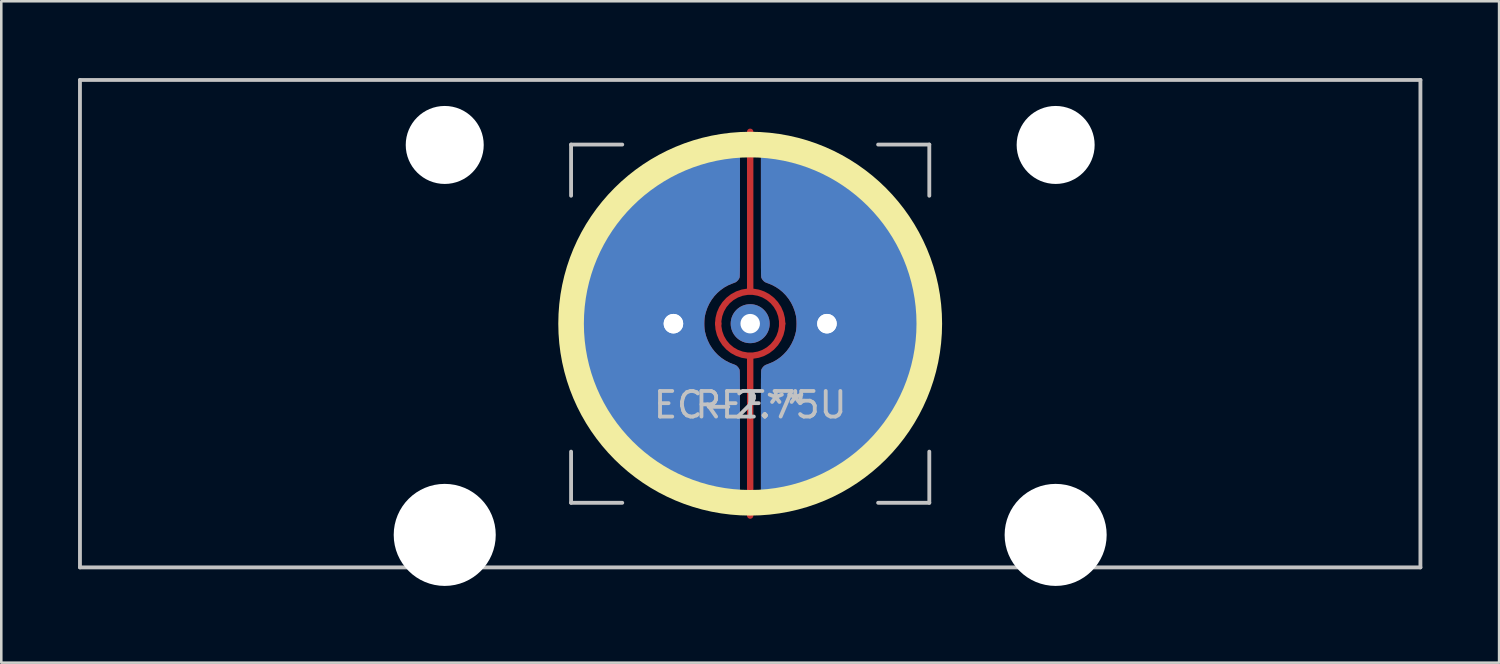
<source format=kicad_pcb>
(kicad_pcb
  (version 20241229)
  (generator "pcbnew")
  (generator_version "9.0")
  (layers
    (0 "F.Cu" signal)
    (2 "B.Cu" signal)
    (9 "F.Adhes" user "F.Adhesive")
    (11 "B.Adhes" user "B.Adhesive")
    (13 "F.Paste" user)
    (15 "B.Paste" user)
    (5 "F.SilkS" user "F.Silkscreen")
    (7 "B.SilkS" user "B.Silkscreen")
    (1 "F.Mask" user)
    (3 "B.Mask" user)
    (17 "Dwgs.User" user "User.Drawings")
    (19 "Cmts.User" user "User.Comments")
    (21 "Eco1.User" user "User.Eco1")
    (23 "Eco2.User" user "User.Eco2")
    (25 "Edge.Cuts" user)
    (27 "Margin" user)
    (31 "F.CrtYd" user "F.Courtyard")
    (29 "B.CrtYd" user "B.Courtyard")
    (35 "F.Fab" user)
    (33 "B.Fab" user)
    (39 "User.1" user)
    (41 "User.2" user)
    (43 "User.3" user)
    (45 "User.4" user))
  (footprint "EC-2.75U"
    (layer "F.Cu")
    (at 26.269 9.6)
    (property "Reference" "EC-2.75U" (at 0 3.175 0) (layer "Dwgs.User") (effects (font (size 1 1) (thickness 0.15))))
    (attr through_hole)
    (fp_circle (center 0 0) (end 7 0) (stroke (width 1) (type solid)) (fill no) (layer "F.SilkS"))
    (fp_line (start -26.194 -9.525) (end 26.194 -9.525) (stroke (width 0.15) (type solid)) (layer "Dwgs.User"))
    (fp_line (start -26.194 9.525) (end -26.194 -9.525) (stroke (width 0.15) (type solid)) (layer "Dwgs.User"))
    (fp_line (start -26.194 9.525) (end 26.194 9.525) (stroke (width 0.15) (type solid)) (layer "Dwgs.User"))
    (fp_line (start -7 -7) (end -7 -5) (stroke (width 0.15) (type solid)) (layer "Dwgs.User"))
    (fp_line (start -7 5) (end -7 7) (stroke (width 0.15) (type solid)) (layer "Dwgs.User"))
    (fp_line (start -7 7) (end -5 7) (stroke (width 0.15) (type solid)) (layer "Dwgs.User"))
    (fp_line (start -5 -7) (end -7 -7) (stroke (width 0.15) (type solid)) (layer "Dwgs.User"))
    (fp_line (start 5 -7) (end 7 -7) (stroke (width 0.15) (type solid)) (layer "Dwgs.User"))
    (fp_line (start 5 7) (end 7 7) (stroke (width 0.15) (type solid)) (layer "Dwgs.User"))
    (fp_line (start 7 -7) (end 7 -5) (stroke (width 0.15) (type solid)) (layer "Dwgs.User"))
    (fp_line (start 7 7) (end 7 5) (stroke (width 0.15) (type solid)) (layer "Dwgs.User"))
    (fp_line (start 26.194 -9.525) (end 26.194 9.525) (stroke (width 0.15) (type solid)) (layer "Dwgs.User"))
    (fp_text user "REF**" (at 0 3.175 0) (layer "Dwgs.User") (effects (font (size 1 1) (thickness 0.15))))
    (pad "" np_thru_hole circle (at -11.938 -6.985) (size 3.048 3.048) (drill 3.048) (layers "*.Cu" "*.Mask"))
    (pad "" np_thru_hole circle (at -11.938 8.255) (size 3.988 3.988) (drill 3.988) (layers "*.Cu" "*.Mask"))
    (pad "" thru_hole circle (at 0 0) (size 1.524 1.524) (drill 0.762) (layers "*.Cu" "B.Mask"))
    (pad "" np_thru_hole circle (at 11.938 -6.985) (size 3.048 3.048) (drill 3.048) (layers "*.Cu" "*.Mask"))
    (pad "" np_thru_hole circle (at 11.938 8.255) (size 3.988 3.988) (drill 3.988) (layers "*.Cu" "*.Mask"))
    (pad "1" thru_hole circle (at 3 0) (size 1.524 1.524) (drill 0.762) (layers "*.Cu" "B.Mask"))
    (pad "1" thru_hole custom (at 3 0) (size 1.524 1.524) (drill 0.762) (layers "F.Cu") (options (anchor circle)) (primitives (gr_poly (pts (xy -2.241 -7.099) (xy -2.176 -7.096) (xy -2.094 -7.089) (xy -2 -7.079) (xy -1.895 -7.065) (xy -1.782 -7.048) (xy -1.666 -7.029) (xy -1.548 -7.008) (xy -1.432 -6.986) (xy -1.322 -6.963) (xy -1.28 -6.954) (xy -0.92 -6.863) (xy -0.564 -6.752) (xy -0.215 -6.623) (xy 0.128 -6.476) (xy 0.463 -6.311) (xy 0.789 -6.128) (xy 1.105 -5.929) (xy 1.411 -5.714) (xy 1.672 -5.51) (xy 1.875 -5.335) (xy 2.079 -5.146) (xy 2.279 -4.947) (xy 2.47 -4.741) (xy 2.649 -4.534) (xy 2.719 -4.449) (xy 2.944 -4.151) (xy 3.153 -3.842) (xy 3.345 -3.522) (xy 3.521 -3.193) (xy 3.679 -2.855) (xy 3.82 -2.51) (xy 3.942 -2.157) (xy 4.046 -1.8) (xy 4.13 -1.437) (xy 4.148 -1.346) (xy 4.21 -0.973) (xy 4.251 -0.599) (xy 4.273 -0.225) (xy 4.275 0.149) (xy 4.257 0.523) (xy 4.22 0.895) (xy 4.163 1.264) (xy 4.087 1.631) (xy 3.992 1.993) (xy 3.877 2.351) (xy 3.758 2.668) (xy 3.608 3.015) (xy 3.44 3.352) (xy 3.254 3.679) (xy 3.051 3.997) (xy 2.83 4.305) (xy 2.593 4.602) (xy 2.514 4.694) (xy 2.461 4.753) (xy 2.397 4.822) (xy 2.324 4.899) (xy 2.246 4.979) (xy 2.166 5.059) (xy 2.087 5.137) (xy 2.013 5.209) (xy 1.946 5.272) (xy 1.917 5.298) (xy 1.631 5.543) (xy 1.334 5.771) (xy 1.026 5.982) (xy 0.707 6.177) (xy 0.379 6.354) (xy 0.042 6.515) (xy -0.302 6.657) (xy -0.654 6.781) (xy -1.013 6.887) (xy -1.377 6.975) (xy -1.747 7.043) (xy -1.971 7.074) (xy -2.07 7.086) (xy -2.151 7.094) (xy -2.216 7.099) (xy -2.267 7.101) (xy -2.305 7.099) (xy -2.329 7.095) (xy -2.403 7.067) (xy -2.468 7.021) (xy -2.522 6.962) (xy -2.555 6.907) (xy -2.581 6.85) (xy -2.581 4.348) (xy -2.581 4.084) (xy -2.581 3.838) (xy -2.581 3.612) (xy -2.581 3.403) (xy -2.581 3.211) (xy -2.581 3.035) (xy -2.581 2.875) (xy -2.58 2.729) (xy -2.58 2.598) (xy -2.58 2.48) (xy -2.58 2.375) (xy -2.579 2.281) (xy -2.579 2.199) (xy -2.578 2.126) (xy -2.577 2.064) (xy -2.577 2.01) (xy -2.576 1.964) (xy -2.575 1.926) (xy -2.574 1.894) (xy -2.573 1.869) (xy -2.571 1.848) (xy -2.57 1.832) (xy -2.569 1.819) (xy -2.567 1.809) (xy -2.565 1.801) (xy -2.563 1.795) (xy -2.563 1.794) (xy -2.54 1.747) (xy -2.504 1.698) (xy -2.463 1.655) (xy -2.42 1.624) (xy -2.414 1.62) (xy -2.386 1.608) (xy -2.347 1.592) (xy -2.303 1.575) (xy -2.288 1.57) (xy -2.124 1.502) (xy -1.971 1.417) (xy -1.827 1.316) (xy -1.696 1.2) (xy -1.577 1.072) (xy -1.471 0.931) (xy -1.381 0.779) (xy -1.305 0.617) (xy -1.247 0.446) (xy -1.213 0.31) (xy -1.2 0.221) (xy -1.192 0.119) (xy -1.189 0.011) (xy -1.191 -0.098) (xy -1.198 -0.202) (xy -1.21 -0.293) (xy -1.213 -0.31) (xy -1.259 -0.486) (xy -1.321 -0.655) (xy -1.4 -0.815) (xy -1.494 -0.964) (xy -1.603 -1.102) (xy -1.725 -1.228) (xy -1.859 -1.34) (xy -2.005 -1.437) (xy -2.161 -1.519) (xy -2.288 -1.57) (xy -2.332 -1.586) (xy -2.374 -1.603) (xy -2.407 -1.617) (xy -2.414 -1.62) (xy -2.456 -1.649) (xy -2.498 -1.691) (xy -2.535 -1.739) (xy -2.56 -1.787) (xy -2.563 -1.794) (xy -2.565 -1.8) (xy -2.567 -1.808) (xy -2.568 -1.817) (xy -2.57 -1.829) (xy -2.571 -1.845) (xy -2.572 -1.865) (xy -2.574 -1.89) (xy -2.575 -1.921) (xy -2.576 -1.958) (xy -2.577 -2.002) (xy -2.577 -2.054) (xy -2.578 -2.116) (xy -2.579 -2.186) (xy -2.579 -2.267) (xy -2.579 -2.359) (xy -2.58 -2.462) (xy -2.58 -2.578) (xy -2.58 -2.707) (xy -2.581 -2.85) (xy -2.581 -3.008) (xy -2.581 -3.181) (xy -2.581 -3.37) (xy -2.581 -3.576) (xy -2.581 -3.8) (xy -2.581 -4.042) (xy -2.581 -4.304) (xy -2.581 -4.349) (xy -2.581 -6.851) (xy -2.548 -6.917) (xy -2.51 -6.98) (xy -2.463 -7.028) (xy -2.402 -7.067) (xy -2.386 -7.074) (xy -2.355 -7.088) (xy -2.327 -7.095) (xy -2.294 -7.099) (xy -2.249 -7.099) (xy -2.241 -7.099)) (width 0) (fill yes))))
    (pad "2" thru_hole circle (at -3 0) (size 1.524 1.524) (drill 0.762) (layers "*.Cu" "B.Mask"))
    (pad "2" thru_hole custom (at -3 0) (size 1.524 1.524) (drill 0.762) (layers "F.Cu") (options (anchor circle)) (primitives (gr_poly (pts (xy 2.26 7.099) (xy 2.195 7.096) (xy 2.114 7.089) (xy 2.019 7.079) (xy 1.914 7.065) (xy 1.802 7.048) (xy 1.685 7.029) (xy 1.568 7.008) (xy 1.452 6.986) (xy 1.341 6.963) (xy 1.3 6.954) (xy 0.939 6.863) (xy 0.584 6.752) (xy 0.234 6.623) (xy -0.109 6.476) (xy -0.444 6.311) (xy -0.77 6.128) (xy -1.086 5.929) (xy -1.392 5.714) (xy -1.653 5.51) (xy -1.856 5.335) (xy -2.06 5.146) (xy -2.259 4.947) (xy -2.451 4.741) (xy -2.63 4.534) (xy -2.7 4.449) (xy -2.924 4.151) (xy -3.133 3.842) (xy -3.326 3.522) (xy -3.501 3.193) (xy -3.66 2.855) (xy -3.8 2.51) (xy -3.923 2.157) (xy -4.026 1.8) (xy -4.111 1.437) (xy -4.129 1.346) (xy -4.19 0.973) (xy -4.231 0.599) (xy -4.253 0.225) (xy -4.255 -0.149) (xy -4.237 -0.523) (xy -4.2 -0.895) (xy -4.144 -1.264) (xy -4.068 -1.631) (xy -3.973 -1.993) (xy -3.858 -2.351) (xy -3.739 -2.668) (xy -3.588 -3.015) (xy -3.42 -3.352) (xy -3.234 -3.679) (xy -3.031 -3.997) (xy -2.811 -4.305) (xy -2.573 -4.602) (xy -2.495 -4.694) (xy -2.442 -4.753) (xy -2.378 -4.822) (xy -2.305 -4.899) (xy -2.227 -4.979) (xy -2.147 -5.059) (xy -2.068 -5.137) (xy -1.994 -5.209) (xy -1.927 -5.272) (xy -1.898 -5.298) (xy -1.612 -5.543) (xy -1.314 -5.771) (xy -1.006 -5.982) (xy -0.688 -6.177) (xy -0.36 -6.354) (xy -0.023 -6.515) (xy 0.322 -6.657) (xy 0.674 -6.781) (xy 1.032 -6.887) (xy 1.397 -6.975) (xy 1.766 -7.043) (xy 1.99 -7.074) (xy 2.089 -7.086) (xy 2.171 -7.094) (xy 2.236 -7.099) (xy 2.287 -7.101) (xy 2.324 -7.099) (xy 2.348 -7.095) (xy 2.422 -7.067) (xy 2.488 -7.021) (xy 2.542 -6.962) (xy 2.574 -6.907) (xy 2.601 -6.85) (xy 2.601 -4.348) (xy 2.601 -4.084) (xy 2.601 -3.838) (xy 2.601 -3.612) (xy 2.6 -3.403) (xy 2.6 -3.211) (xy 2.6 -3.035) (xy 2.6 -2.875) (xy 2.6 -2.729) (xy 2.6 -2.598) (xy 2.599 -2.48) (xy 2.599 -2.375) (xy 2.599 -2.281) (xy 2.598 -2.199) (xy 2.597 -2.126) (xy 2.597 -2.064) (xy 2.596 -2.01) (xy 2.595 -1.964) (xy 2.594 -1.926) (xy 2.593 -1.894) (xy 2.592 -1.869) (xy 2.591 -1.848) (xy 2.589 -1.832) (xy 2.588 -1.819) (xy 2.586 -1.809) (xy 2.585 -1.801) (xy 2.583 -1.795) (xy 2.582 -1.794) (xy 2.559 -1.747) (xy 2.524 -1.698) (xy 2.482 -1.655) (xy 2.44 -1.624) (xy 2.434 -1.62) (xy 2.406 -1.608) (xy 2.366 -1.592) (xy 2.322 -1.575) (xy 2.307 -1.57) (xy 2.144 -1.502) (xy 1.99 -1.417) (xy 1.847 -1.316) (xy 1.715 -1.2) (xy 1.596 -1.072) (xy 1.491 -0.931) (xy 1.4 -0.779) (xy 1.325 -0.617) (xy 1.266 -0.446) (xy 1.233 -0.31) (xy 1.219 -0.221) (xy 1.211 -0.119) (xy 1.208 -0.011) (xy 1.21 0.098) (xy 1.217 0.202) (xy 1.23 0.293) (xy 1.233 0.31) (xy 1.278 0.486) (xy 1.341 0.655) (xy 1.419 0.815) (xy 1.514 0.964) (xy 1.622 1.102) (xy 1.744 1.228) (xy 1.879 1.34) (xy 2.024 1.437) (xy 2.181 1.519) (xy 2.307 1.57) (xy 2.352 1.586) (xy 2.394 1.603) (xy 2.426 1.617) (xy 2.434 1.62) (xy 2.476 1.649) (xy 2.518 1.691) (xy 2.554 1.739) (xy 2.58 1.787) (xy 2.582 1.794) (xy 2.584 1.8) (xy 2.586 1.808) (xy 2.588 1.817) (xy 2.589 1.829) (xy 2.591 1.845) (xy 2.592 1.865) (xy 2.593 1.89) (xy 2.594 1.921) (xy 2.595 1.958) (xy 2.596 2.002) (xy 2.597 2.054) (xy 2.597 2.116) (xy 2.598 2.186) (xy 2.598 2.267) (xy 2.599 2.359) (xy 2.599 2.462) (xy 2.6 2.578) (xy 2.6 2.707) (xy 2.6 2.85) (xy 2.6 3.008) (xy 2.6 3.181) (xy 2.6 3.37) (xy 2.601 3.576) (xy 2.601 3.8) (xy 2.601 4.042) (xy 2.601 4.304) (xy 2.601 4.349) (xy 2.601 6.851) (xy 2.568 6.917) (xy 2.53 6.98) (xy 2.483 7.028) (xy 2.422 7.067) (xy 2.406 7.074) (xy 2.375 7.088) (xy 2.346 7.095) (xy 2.313 7.099) (xy 2.268 7.099) (xy 2.26 7.099)) (width 0) (fill yes))))
    (pad "3" smd custom (at 0 -7.5) (size 0.25 0.25) (layers "F.Cu") (options (anchor circle)) (primitives (gr_line (start 0 6.25) (end 0 0) (width 0.25)) (gr_arc (start -1.25 7.5) (mid 0 6.25) (end 1.25 7.5) (width 0.25))))
    (pad "3" smd custom (at 0 7.5 180) (size 0.25 0.25) (layers "F.Cu") (options (anchor circle)) (primitives (gr_line (start 0 6.25) (end 0 0) (width 0.25)) (gr_arc (start -1.25 7.5) (mid 0 6.25) (end 1.25 7.5) (width 0.25)))))
  (gr_rect
    (start -3 -3)
    (end 55.538 22.849)
    (stroke (width 0.1) (type default))
    (fill no)
    (layer "Edge.Cuts")))
</source>
